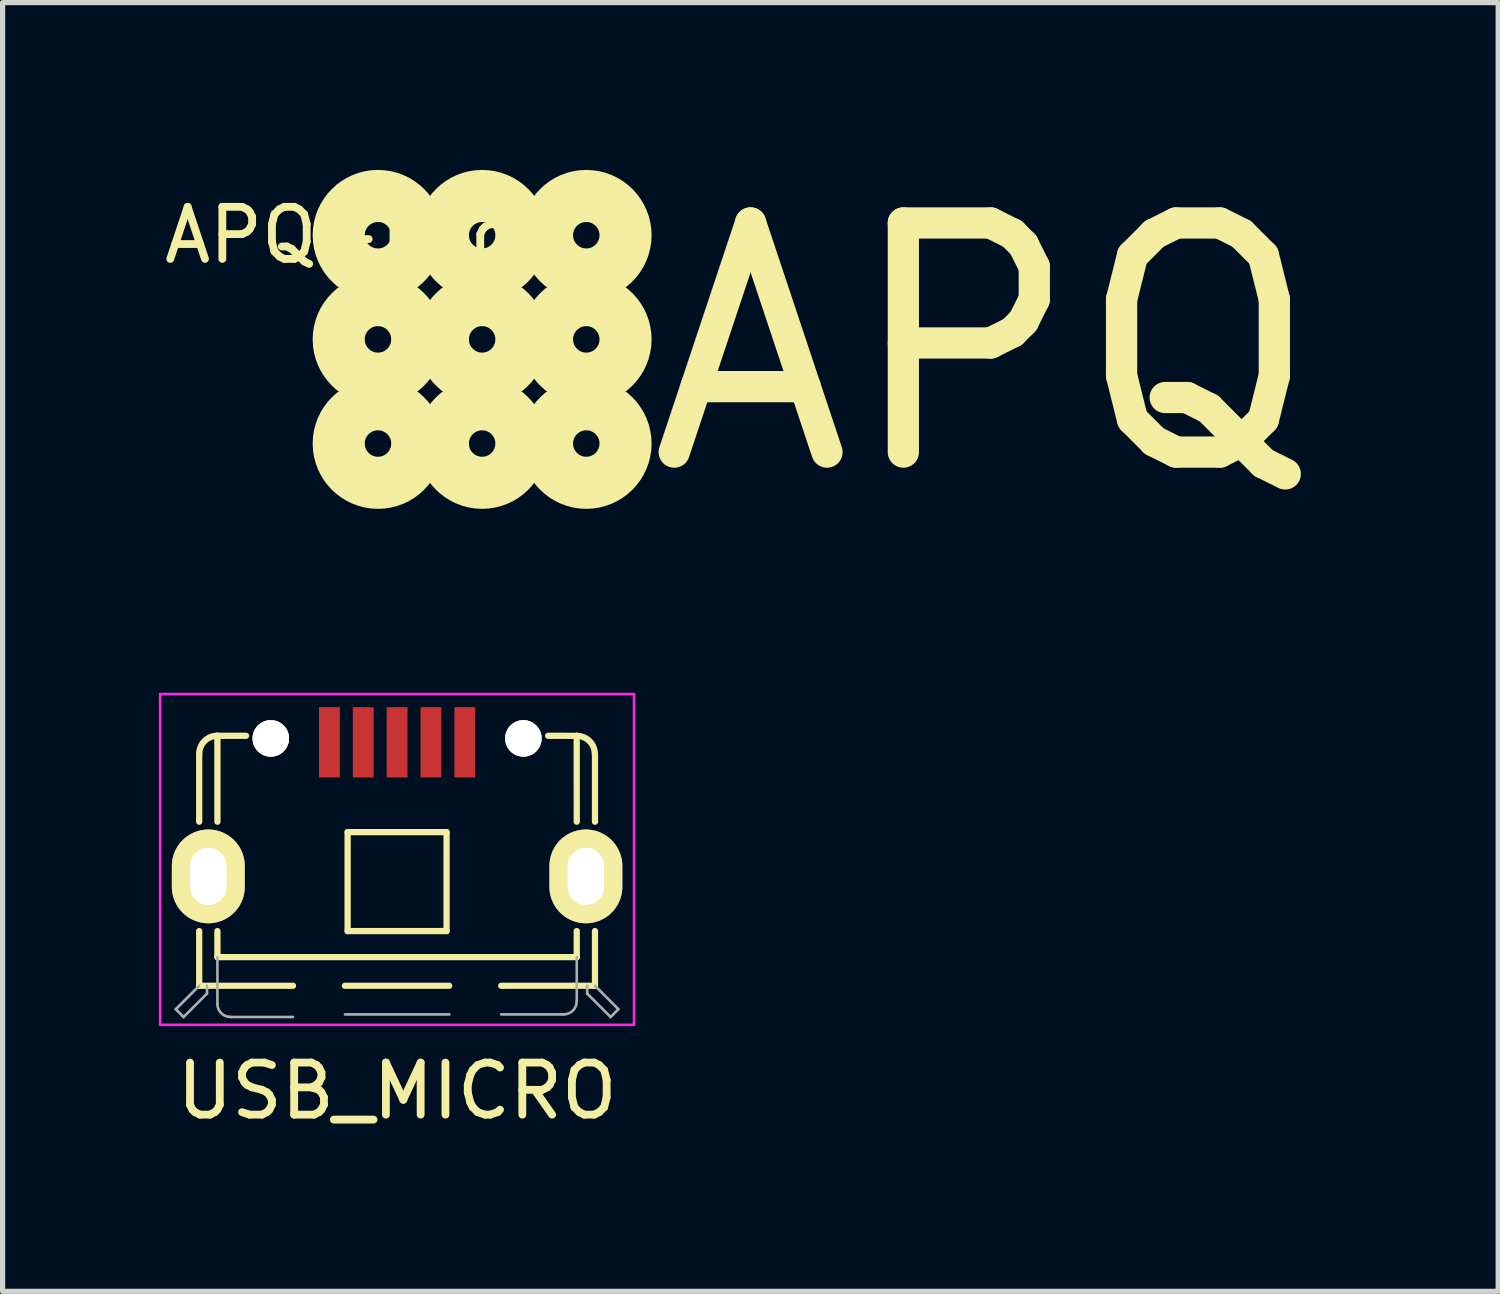
<source format=kicad_pcb>
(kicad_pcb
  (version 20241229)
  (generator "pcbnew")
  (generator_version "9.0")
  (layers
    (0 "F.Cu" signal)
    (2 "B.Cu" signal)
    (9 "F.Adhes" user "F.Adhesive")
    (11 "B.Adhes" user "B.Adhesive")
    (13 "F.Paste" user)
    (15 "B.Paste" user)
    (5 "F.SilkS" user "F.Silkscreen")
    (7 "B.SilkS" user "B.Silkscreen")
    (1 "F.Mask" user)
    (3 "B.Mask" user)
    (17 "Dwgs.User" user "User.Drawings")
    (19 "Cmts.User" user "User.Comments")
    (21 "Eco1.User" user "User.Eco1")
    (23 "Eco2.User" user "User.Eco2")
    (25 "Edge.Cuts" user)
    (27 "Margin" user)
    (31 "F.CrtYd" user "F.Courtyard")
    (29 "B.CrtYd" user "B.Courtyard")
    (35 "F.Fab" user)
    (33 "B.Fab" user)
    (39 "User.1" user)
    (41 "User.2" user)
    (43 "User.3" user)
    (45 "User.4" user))
  (footprint "USB_MICRO"
    (layer "F.Cu")
    (at 4.575 15.879)
    (property "Reference" "USB_MICRO" (at 0 2.02 0) (layer "F.SilkS") (effects (font (size 1 1) (thickness 0.15))))
    (attr through_hole)
    (fp_line (start -3.8 -1.05) (end -3.8 0) (stroke (width 0.12) (type solid)) (layer "F.SilkS"))
    (fp_line (start -3.8 -4.451) (end -3.8 -3.15) (stroke (width 0.12) (type solid)) (layer "F.SilkS"))
    (fp_line (start -3.8 0) (end -1.999 0) (stroke (width 0.12) (type solid)) (layer "F.SilkS"))
    (fp_line (start -3.45 -4.8) (end -2.9 -4.8) (stroke (width 0.12) (type solid)) (layer "F.SilkS"))
    (fp_line (start -3.45 -3.15) (end -3.45 -4.8) (stroke (width 0.12) (type solid)) (layer "F.SilkS"))
    (fp_line (start -3.45 -0.55) (end -3.45 -1.05) (stroke (width 0.12) (type solid)) (layer "F.SilkS"))
    (fp_line (start -3.449 -0.55) (end 3.449 -0.55) (stroke (width 0.12) (type solid)) (layer "F.SilkS"))
    (fp_line (start -1.002 0) (end 1 0) (stroke (width 0.12) (type solid)) (layer "F.SilkS"))
    (fp_line (start -0.95 -2.95) (end 0.95 -2.95) (stroke (width 0.12) (type solid)) (layer "F.SilkS"))
    (fp_line (start -0.95 -1.05) (end -0.95 -2.95) (stroke (width 0.12) (type solid)) (layer "F.SilkS"))
    (fp_line (start 0.95 -2.95) (end 0.95 -1.05) (stroke (width 0.12) (type solid)) (layer "F.SilkS"))
    (fp_line (start 0.95 -1.05) (end -0.95 -1.05) (stroke (width 0.12) (type solid)) (layer "F.SilkS"))
    (fp_line (start 1.999 0) (end 3.8 0) (stroke (width 0.12) (type solid)) (layer "F.SilkS"))
    (fp_line (start 3.449 -4.799) (end 2.9 -4.8) (stroke (width 0.12) (type solid)) (layer "F.SilkS"))
    (fp_line (start 3.45 -3.15) (end 3.449 -4.799) (stroke (width 0.12) (type solid)) (layer "F.SilkS"))
    (fp_line (start 3.45 -1.05) (end 3.45 -0.55) (stroke (width 0.12) (type solid)) (layer "F.SilkS"))
    (fp_line (start 3.8 -4.451) (end 3.8 -3.15) (stroke (width 0.12) (type solid)) (layer "F.SilkS"))
    (fp_line (start 3.8 -1.05) (end 3.8 0) (stroke (width 0.12) (type solid)) (layer "F.SilkS"))
    (fp_arc (start -3.79984 -4.4511) (mid -3.697175 -4.698955) (end -3.44932 -4.80162) (stroke (width 0.12) (type solid)) (layer "F.SilkS"))
    (fp_arc (start 3.44932 -4.79908) (mid 3.695379 -4.697159) (end 3.7973 -4.4511) (stroke (width 0.12) (type solid)) (layer "F.SilkS"))
    (fp_line (start -4.55 -5.6) (end 4.55 -5.6) (stroke (width 0.05) (type solid)) (layer "F.CrtYd"))
    (fp_line (start -4.55 0.75) (end -4.55 -5.6) (stroke (width 0.05) (type solid)) (layer "F.CrtYd"))
    (fp_line (start 4.55 -5.6) (end 4.55 0.75) (stroke (width 0.05) (type solid)) (layer "F.CrtYd"))
    (fp_line (start 4.55 0.75) (end -4.55 0.75) (stroke (width 0.05) (type solid)) (layer "F.CrtYd"))
    (fp_line (start -4.249 0.45) (end -4.1 0.6) (stroke (width 0.051) (type solid)) (layer "F.Fab"))
    (fp_line (start -4.1 0.6) (end -3.65 0.15) (stroke (width 0.051) (type solid)) (layer "F.Fab"))
    (fp_line (start -3.8 0.00044) (end -4.249 0.45) (stroke (width 0.051) (type solid)) (layer "F.Fab"))
    (fp_line (start -3.65 0.15) (end -3.65 0.00044) (stroke (width 0.051) (type solid)) (layer "F.Fab"))
    (fp_line (start -3.45 0.35) (end -3.45 -0.55) (stroke (width 0.05) (type solid)) (layer "F.Fab"))
    (fp_line (start -3.2 0.6) (end -1.999 0.6) (stroke (width 0.051) (type solid)) (layer "F.Fab"))
    (fp_line (start -1.001 0.55) (end 1.001 0.55) (stroke (width 0.051) (type solid)) (layer "F.Fab"))
    (fp_line (start 1.999 0.55) (end 3.2 0.55) (stroke (width 0.051) (type solid)) (layer "F.Fab"))
    (fp_line (start 3.45 -0.55) (end 3.45 0.3) (stroke (width 0.05) (type solid)) (layer "F.Fab"))
    (fp_line (start 3.65 0.15) (end 3.65 0.00044) (stroke (width 0.051) (type solid)) (layer "F.Fab"))
    (fp_line (start 3.8 0.00044) (end 4.249 0.45) (stroke (width 0.051) (type solid)) (layer "F.Fab"))
    (fp_line (start 4.1 0.6) (end 3.65 0.15) (stroke (width 0.051) (type solid)) (layer "F.Fab"))
    (fp_line (start 4.1 0.6) (end 4.249 0.45) (stroke (width 0.051) (type solid)) (layer "F.Fab"))
    (fp_arc (start -3.20108 0.59892) (mid -3.377093 0.526013) (end -3.45 0.35) (stroke (width 0.0508) (type solid)) (layer "F.Fab"))
    (fp_arc (start 3.44932 0.3) (mid 3.376413 0.476013) (end 3.2004 0.54892) (stroke (width 0.0508) (type solid)) (layer "F.Fab"))
    (pad "" thru_hole circle (at -2.425 -4.75) (size 0.7 0.7) (drill 0.7) (layers "*.Cu" "*.Mask" "F.SilkS"))
    (pad "" thru_hole circle (at 2.425 -4.75) (size 0.7 0.7) (drill 0.7) (layers "*.Cu" "*.Mask" "F.SilkS"))
    (pad "1" smd rect (at -1.3 -4.675) (size 0.4 1.35) (layers "F.Cu" "F.Mask" "F.Paste"))
    (pad "2" smd rect (at -0.65 -4.675) (size 0.4 1.35) (layers "F.Cu" "F.Mask" "F.Paste"))
    (pad "3" smd rect (at 0 -4.675) (size 0.4 1.35) (layers "F.Cu" "F.Mask" "F.Paste"))
    (pad "4" smd rect (at 0.65 -4.675) (size 0.4 1.35) (layers "F.Cu" "F.Mask" "F.Paste"))
    (pad "5" smd rect (at 1.3 -4.675) (size 0.4 1.35) (layers "F.Cu" "F.Mask" "F.Paste"))
    (pad "6" thru_hole oval (at -3.625 -2.1) (size 1.4 1.8) (drill oval 0.7 1.1) (layers "*.Cu" "*.Mask" "F.SilkS"))
    (pad "6" thru_hole oval (at 3.625 -2.1) (size 1.4 1.8) (drill oval 0.7 1.1) (layers "*.Cu" "*.Mask" "F.SilkS")))
  (footprint "APQ-Logo"
    (layer "F.Cu")
    (at 3.958 0.967)
    (property "Reference" "APQ-Logo" (at 0 0.5 0) (layer "F.SilkS") (effects (font (size 1 1) (thickness 0.15))))
    (attr exclude_from_pos_files exclude_from_bom)
    (fp_circle (center 0.25 0.5) (end 0.504 0.5) (stroke (width 1) (type solid)) (fill no) (layer "F.SilkS"))
    (fp_circle (center 0.25 2.5) (end 0.504 2.5) (stroke (width 1) (type solid)) (fill no) (layer "F.SilkS"))
    (fp_circle (center 0.25 4.5) (end 0.504 4.5) (stroke (width 1) (type solid)) (fill no) (layer "F.SilkS"))
    (fp_circle (center 2.25 0.5) (end 2.504 0.5) (stroke (width 1) (type solid)) (fill no) (layer "F.SilkS"))
    (fp_circle (center 2.25 2.5) (end 2.504 2.5) (stroke (width 1) (type solid)) (fill no) (layer "F.SilkS"))
    (fp_circle (center 2.25 4.5) (end 2.504 4.5) (stroke (width 1) (type solid)) (fill no) (layer "F.SilkS"))
    (fp_circle (center 4.25 0.5) (end 4.504 0.5) (stroke (width 1) (type solid)) (fill no) (layer "F.SilkS"))
    (fp_circle (center 4.25 2.5) (end 4.504 2.5) (stroke (width 1) (type solid)) (fill no) (layer "F.SilkS"))
    (fp_circle (center 4.25 4.5) (end 4.504 4.5) (stroke (width 1) (type solid)) (fill no) (layer "F.SilkS"))
    (fp_text user "APQ" (at 11.91 2.66 0) (layer "F.SilkS") (effects (font (size 4.4 4.4) (thickness 0.6)))))
  (gr_rect
    (start -3 -3)
    (end 25.719 21.747)
    (stroke (width 0.1) (type default))
    (fill no)
    (layer "Edge.Cuts")))
</source>
